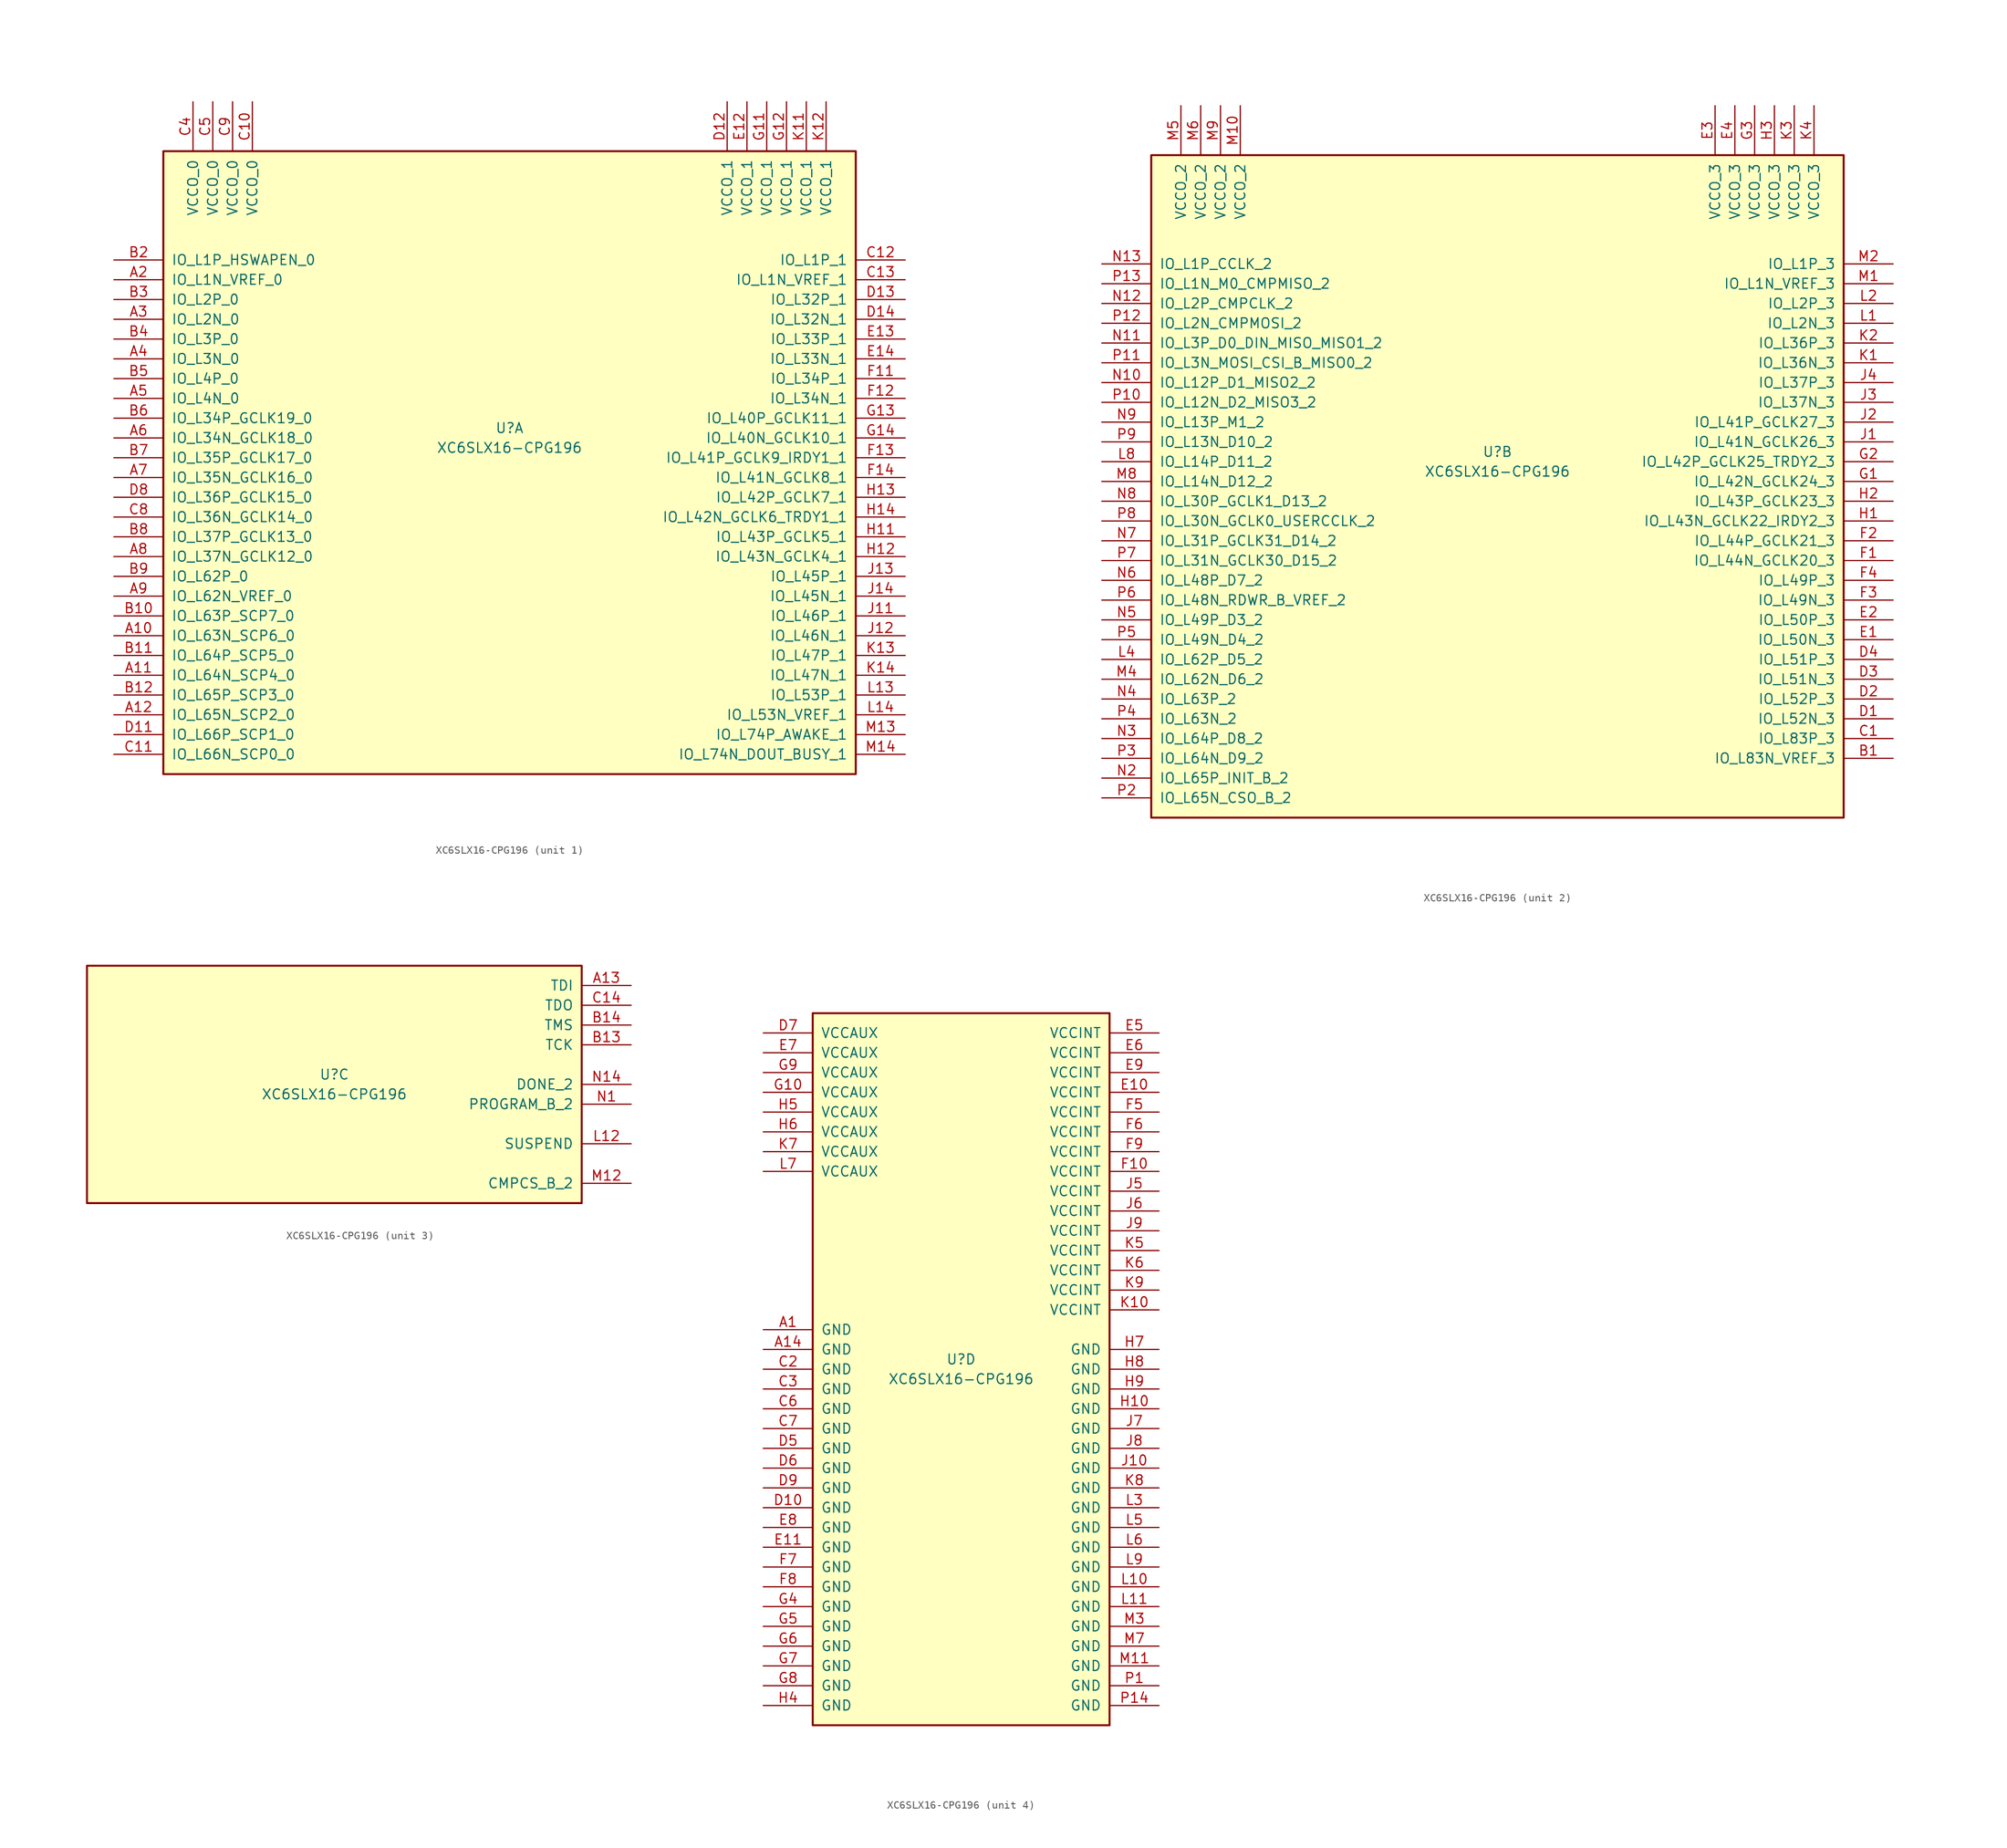
<source format=kicad_sym>
(kicad_symbol_lib
  (version 20211014)
  (generator kicad_symbol_editor)
  (symbol "XC6SLX16-CPG196"
    (pin_names
      (offset 1.016))
    (property "Reference" "U"
      (at 0 1.27 0)
      (effects (font (size 1.27 1.27))))
    (property "Value" "XC6SLX16-CPG196"
      (at 0 -1.27 0)
      (effects (font (size 1.27 1.27))))
    (property "Datasheet" ""
      (at 0 0 0)
      (effects (font (size 1.27 1.27))))
    (property "ki_locked" ""
      (at 0 0 0)
      (effects (font (size 1.27 1.27))))
    (symbol "XC6SLX16-CPG196_1_1"
      (rectangle (start -44.45 36.83) (end 44.45 -43.18) (stroke (width 0.254) (type default) (color 0 0 0 0)) (fill (type background)))
      (pin bidirectional line (at -50.8 -25.4 0) (length 6.35) (name "IO_L63N_SCP6_0" (effects (font (size 1.27 1.27)))) (number "A10" (effects (font (size 1.27 1.27)))))
      (pin bidirectional line (at -50.8 -30.48 0) (length 6.35) (name "IO_L64N_SCP4_0" (effects (font (size 1.27 1.27)))) (number "A11" (effects (font (size 1.27 1.27)))))
      (pin bidirectional line (at -50.8 -35.56 0) (length 6.35) (name "IO_L65N_SCP2_0" (effects (font (size 1.27 1.27)))) (number "A12" (effects (font (size 1.27 1.27)))))
      (pin bidirectional line (at -50.8 20.32 0) (length 6.35) (name "IO_L1N_VREF_0" (effects (font (size 1.27 1.27)))) (number "A2" (effects (font (size 1.27 1.27)))))
      (pin bidirectional line (at -50.8 15.24 0) (length 6.35) (name "IO_L2N_0" (effects (font (size 1.27 1.27)))) (number "A3" (effects (font (size 1.27 1.27)))))
      (pin bidirectional line (at -50.8 10.16 0) (length 6.35) (name "IO_L3N_0" (effects (font (size 1.27 1.27)))) (number "A4" (effects (font (size 1.27 1.27)))))
      (pin bidirectional line (at -50.8 5.08 0) (length 6.35) (name "IO_L4N_0" (effects (font (size 1.27 1.27)))) (number "A5" (effects (font (size 1.27 1.27)))))
      (pin bidirectional line (at -50.8 0 0) (length 6.35) (name "IO_L34N_GCLK18_0" (effects (font (size 1.27 1.27)))) (number "A6" (effects (font (size 1.27 1.27)))))
      (pin bidirectional line (at -50.8 -5.08 0) (length 6.35) (name "IO_L35N_GCLK16_0" (effects (font (size 1.27 1.27)))) (number "A7" (effects (font (size 1.27 1.27)))))
      (pin bidirectional line (at -50.8 -15.24 0) (length 6.35) (name "IO_L37N_GCLK12_0" (effects (font (size 1.27 1.27)))) (number "A8" (effects (font (size 1.27 1.27)))))
      (pin bidirectional line (at -50.8 -20.32 0) (length 6.35) (name "IO_L62N_VREF_0" (effects (font (size 1.27 1.27)))) (number "A9" (effects (font (size 1.27 1.27)))))
      (pin bidirectional line (at -50.8 -22.86 0) (length 6.35) (name "IO_L63P_SCP7_0" (effects (font (size 1.27 1.27)))) (number "B10" (effects (font (size 1.27 1.27)))))
      (pin bidirectional line (at -50.8 -27.94 0) (length 6.35) (name "IO_L64P_SCP5_0" (effects (font (size 1.27 1.27)))) (number "B11" (effects (font (size 1.27 1.27)))))
      (pin bidirectional line (at -50.8 -33.02 0) (length 6.35) (name "IO_L65P_SCP3_0" (effects (font (size 1.27 1.27)))) (number "B12" (effects (font (size 1.27 1.27)))))
      (pin bidirectional line (at -50.8 22.86 0) (length 6.35) (name "IO_L1P_HSWAPEN_0" (effects (font (size 1.27 1.27)))) (number "B2" (effects (font (size 1.27 1.27)))))
      (pin bidirectional line (at -50.8 17.78 0) (length 6.35) (name "IO_L2P_0" (effects (font (size 1.27 1.27)))) (number "B3" (effects (font (size 1.27 1.27)))))
      (pin bidirectional line (at -50.8 12.7 0) (length 6.35) (name "IO_L3P_0" (effects (font (size 1.27 1.27)))) (number "B4" (effects (font (size 1.27 1.27)))))
      (pin bidirectional line (at -50.8 7.62 0) (length 6.35) (name "IO_L4P_0" (effects (font (size 1.27 1.27)))) (number "B5" (effects (font (size 1.27 1.27)))))
      (pin bidirectional line (at -50.8 2.54 0) (length 6.35) (name "IO_L34P_GCLK19_0" (effects (font (size 1.27 1.27)))) (number "B6" (effects (font (size 1.27 1.27)))))
      (pin bidirectional line (at -50.8 -2.54 0) (length 6.35) (name "IO_L35P_GCLK17_0" (effects (font (size 1.27 1.27)))) (number "B7" (effects (font (size 1.27 1.27)))))
      (pin bidirectional line (at -50.8 -12.7 0) (length 6.35) (name "IO_L37P_GCLK13_0" (effects (font (size 1.27 1.27)))) (number "B8" (effects (font (size 1.27 1.27)))))
      (pin bidirectional line (at -50.8 -17.78 0) (length 6.35) (name "IO_L62P_0" (effects (font (size 1.27 1.27)))) (number "B9" (effects (font (size 1.27 1.27)))))
      (pin power_in line (at -33.02 43.18 270) (length 6.35) (name "VCCO_0" (effects (font (size 1.27 1.27)))) (number "C10" (effects (font (size 1.27 1.27)))))
      (pin bidirectional line (at -50.8 -40.64 0) (length 6.35) (name "IO_L66N_SCP0_0" (effects (font (size 1.27 1.27)))) (number "C11" (effects (font (size 1.27 1.27)))))
      (pin bidirectional line (at 50.8 22.86 180) (length 6.35) (name "IO_L1P_1" (effects (font (size 1.27 1.27)))) (number "C12" (effects (font (size 1.27 1.27)))))
      (pin bidirectional line (at 50.8 20.32 180) (length 6.35) (name "IO_L1N_VREF_1" (effects (font (size 1.27 1.27)))) (number "C13" (effects (font (size 1.27 1.27)))))
      (pin power_in line (at -40.64 43.18 270) (length 6.35) (name "VCCO_0" (effects (font (size 1.27 1.27)))) (number "C4" (effects (font (size 1.27 1.27)))))
      (pin power_in line (at -38.1 43.18 270) (length 6.35) (name "VCCO_0" (effects (font (size 1.27 1.27)))) (number "C5" (effects (font (size 1.27 1.27)))))
      (pin bidirectional line (at -50.8 -10.16 0) (length 6.35) (name "IO_L36N_GCLK14_0" (effects (font (size 1.27 1.27)))) (number "C8" (effects (font (size 1.27 1.27)))))
      (pin power_in line (at -35.56 43.18 270) (length 6.35) (name "VCCO_0" (effects (font (size 1.27 1.27)))) (number "C9" (effects (font (size 1.27 1.27)))))
      (pin bidirectional line (at -50.8 -38.1 0) (length 6.35) (name "IO_L66P_SCP1_0" (effects (font (size 1.27 1.27)))) (number "D11" (effects (font (size 1.27 1.27)))))
      (pin power_in line (at 27.94 43.18 270) (length 6.35) (name "VCCO_1" (effects (font (size 1.27 1.27)))) (number "D12" (effects (font (size 1.27 1.27)))))
      (pin bidirectional line (at 50.8 17.78 180) (length 6.35) (name "IO_L32P_1" (effects (font (size 1.27 1.27)))) (number "D13" (effects (font (size 1.27 1.27)))))
      (pin bidirectional line (at 50.8 15.24 180) (length 6.35) (name "IO_L32N_1" (effects (font (size 1.27 1.27)))) (number "D14" (effects (font (size 1.27 1.27)))))
      (pin bidirectional line (at -50.8 -7.62 0) (length 6.35) (name "IO_L36P_GCLK15_0" (effects (font (size 1.27 1.27)))) (number "D8" (effects (font (size 1.27 1.27)))))
      (pin power_in line (at 30.48 43.18 270) (length 6.35) (name "VCCO_1" (effects (font (size 1.27 1.27)))) (number "E12" (effects (font (size 1.27 1.27)))))
      (pin bidirectional line (at 50.8 12.7 180) (length 6.35) (name "IO_L33P_1" (effects (font (size 1.27 1.27)))) (number "E13" (effects (font (size 1.27 1.27)))))
      (pin bidirectional line (at 50.8 10.16 180) (length 6.35) (name "IO_L33N_1" (effects (font (size 1.27 1.27)))) (number "E14" (effects (font (size 1.27 1.27)))))
      (pin bidirectional line (at 50.8 7.62 180) (length 6.35) (name "IO_L34P_1" (effects (font (size 1.27 1.27)))) (number "F11" (effects (font (size 1.27 1.27)))))
      (pin bidirectional line (at 50.8 5.08 180) (length 6.35) (name "IO_L34N_1" (effects (font (size 1.27 1.27)))) (number "F12" (effects (font (size 1.27 1.27)))))
      (pin bidirectional line (at 50.8 -2.54 180) (length 6.35) (name "IO_L41P_GCLK9_IRDY1_1" (effects (font (size 1.27 1.27)))) (number "F13" (effects (font (size 1.27 1.27)))))
      (pin bidirectional line (at 50.8 -5.08 180) (length 6.35) (name "IO_L41N_GCLK8_1" (effects (font (size 1.27 1.27)))) (number "F14" (effects (font (size 1.27 1.27)))))
      (pin power_in line (at 33.02 43.18 270) (length 6.35) (name "VCCO_1" (effects (font (size 1.27 1.27)))) (number "G11" (effects (font (size 1.27 1.27)))))
      (pin power_in line (at 35.56 43.18 270) (length 6.35) (name "VCCO_1" (effects (font (size 1.27 1.27)))) (number "G12" (effects (font (size 1.27 1.27)))))
      (pin bidirectional line (at 50.8 2.54 180) (length 6.35) (name "IO_L40P_GCLK11_1" (effects (font (size 1.27 1.27)))) (number "G13" (effects (font (size 1.27 1.27)))))
      (pin bidirectional line (at 50.8 0 180) (length 6.35) (name "IO_L40N_GCLK10_1" (effects (font (size 1.27 1.27)))) (number "G14" (effects (font (size 1.27 1.27)))))
      (pin bidirectional line (at 50.8 -12.7 180) (length 6.35) (name "IO_L43P_GCLK5_1" (effects (font (size 1.27 1.27)))) (number "H11" (effects (font (size 1.27 1.27)))))
      (pin bidirectional line (at 50.8 -15.24 180) (length 6.35) (name "IO_L43N_GCLK4_1" (effects (font (size 1.27 1.27)))) (number "H12" (effects (font (size 1.27 1.27)))))
      (pin bidirectional line (at 50.8 -7.62 180) (length 6.35) (name "IO_L42P_GCLK7_1" (effects (font (size 1.27 1.27)))) (number "H13" (effects (font (size 1.27 1.27)))))
      (pin bidirectional line (at 50.8 -10.16 180) (length 6.35) (name "IO_L42N_GCLK6_TRDY1_1" (effects (font (size 1.27 1.27)))) (number "H14" (effects (font (size 1.27 1.27)))))
      (pin bidirectional line (at 50.8 -22.86 180) (length 6.35) (name "IO_L46P_1" (effects (font (size 1.27 1.27)))) (number "J11" (effects (font (size 1.27 1.27)))))
      (pin bidirectional line (at 50.8 -25.4 180) (length 6.35) (name "IO_L46N_1" (effects (font (size 1.27 1.27)))) (number "J12" (effects (font (size 1.27 1.27)))))
      (pin bidirectional line (at 50.8 -17.78 180) (length 6.35) (name "IO_L45P_1" (effects (font (size 1.27 1.27)))) (number "J13" (effects (font (size 1.27 1.27)))))
      (pin bidirectional line (at 50.8 -20.32 180) (length 6.35) (name "IO_L45N_1" (effects (font (size 1.27 1.27)))) (number "J14" (effects (font (size 1.27 1.27)))))
      (pin power_in line (at 38.1 43.18 270) (length 6.35) (name "VCCO_1" (effects (font (size 1.27 1.27)))) (number "K11" (effects (font (size 1.27 1.27)))))
      (pin power_in line (at 40.64 43.18 270) (length 6.35) (name "VCCO_1" (effects (font (size 1.27 1.27)))) (number "K12" (effects (font (size 1.27 1.27)))))
      (pin bidirectional line (at 50.8 -27.94 180) (length 6.35) (name "IO_L47P_1" (effects (font (size 1.27 1.27)))) (number "K13" (effects (font (size 1.27 1.27)))))
      (pin bidirectional line (at 50.8 -30.48 180) (length 6.35) (name "IO_L47N_1" (effects (font (size 1.27 1.27)))) (number "K14" (effects (font (size 1.27 1.27)))))
      (pin bidirectional line (at 50.8 -33.02 180) (length 6.35) (name "IO_L53P_1" (effects (font (size 1.27 1.27)))) (number "L13" (effects (font (size 1.27 1.27)))))
      (pin bidirectional line (at 50.8 -35.56 180) (length 6.35) (name "IO_L53N_VREF_1" (effects (font (size 1.27 1.27)))) (number "L14" (effects (font (size 1.27 1.27)))))
      (pin bidirectional line (at 50.8 -38.1 180) (length 6.35) (name "IO_L74P_AWAKE_1" (effects (font (size 1.27 1.27)))) (number "M13" (effects (font (size 1.27 1.27)))))
      (pin bidirectional line (at 50.8 -40.64 180) (length 6.35) (name "IO_L74N_DOUT_BUSY_1" (effects (font (size 1.27 1.27)))) (number "M14" (effects (font (size 1.27 1.27))))))
    (symbol "XC6SLX16-CPG196_2_1"
      (rectangle (start -44.45 39.37) (end 44.45 -45.72) (stroke (width 0.254) (type default) (color 0 0 0 0)) (fill (type background)))
      (pin bidirectional line (at 50.8 -38.1 180) (length 6.35) (name "IO_L83N_VREF_3" (effects (font (size 1.27 1.27)))) (number "B1" (effects (font (size 1.27 1.27)))))
      (pin bidirectional line (at 50.8 -35.56 180) (length 6.35) (name "IO_L83P_3" (effects (font (size 1.27 1.27)))) (number "C1" (effects (font (size 1.27 1.27)))))
      (pin bidirectional line (at 50.8 -33.02 180) (length 6.35) (name "IO_L52N_3" (effects (font (size 1.27 1.27)))) (number "D1" (effects (font (size 1.27 1.27)))))
      (pin bidirectional line (at 50.8 -30.48 180) (length 6.35) (name "IO_L52P_3" (effects (font (size 1.27 1.27)))) (number "D2" (effects (font (size 1.27 1.27)))))
      (pin bidirectional line (at 50.8 -27.94 180) (length 6.35) (name "IO_L51N_3" (effects (font (size 1.27 1.27)))) (number "D3" (effects (font (size 1.27 1.27)))))
      (pin bidirectional line (at 50.8 -25.4 180) (length 6.35) (name "IO_L51P_3" (effects (font (size 1.27 1.27)))) (number "D4" (effects (font (size 1.27 1.27)))))
      (pin bidirectional line (at 50.8 -22.86 180) (length 6.35) (name "IO_L50N_3" (effects (font (size 1.27 1.27)))) (number "E1" (effects (font (size 1.27 1.27)))))
      (pin bidirectional line (at 50.8 -20.32 180) (length 6.35) (name "IO_L50P_3" (effects (font (size 1.27 1.27)))) (number "E2" (effects (font (size 1.27 1.27)))))
      (pin power_in line (at 27.94 45.72 270) (length 6.35) (name "VCCO_3" (effects (font (size 1.27 1.27)))) (number "E3" (effects (font (size 1.27 1.27)))))
      (pin power_in line (at 30.48 45.72 270) (length 6.35) (name "VCCO_3" (effects (font (size 1.27 1.27)))) (number "E4" (effects (font (size 1.27 1.27)))))
      (pin bidirectional line (at 50.8 -12.7 180) (length 6.35) (name "IO_L44N_GCLK20_3" (effects (font (size 1.27 1.27)))) (number "F1" (effects (font (size 1.27 1.27)))))
      (pin bidirectional line (at 50.8 -10.16 180) (length 6.35) (name "IO_L44P_GCLK21_3" (effects (font (size 1.27 1.27)))) (number "F2" (effects (font (size 1.27 1.27)))))
      (pin bidirectional line (at 50.8 -17.78 180) (length 6.35) (name "IO_L49N_3" (effects (font (size 1.27 1.27)))) (number "F3" (effects (font (size 1.27 1.27)))))
      (pin bidirectional line (at 50.8 -15.24 180) (length 6.35) (name "IO_L49P_3" (effects (font (size 1.27 1.27)))) (number "F4" (effects (font (size 1.27 1.27)))))
      (pin bidirectional line (at 50.8 -2.54 180) (length 6.35) (name "IO_L42N_GCLK24_3" (effects (font (size 1.27 1.27)))) (number "G1" (effects (font (size 1.27 1.27)))))
      (pin bidirectional line (at 50.8 0 180) (length 6.35) (name "IO_L42P_GCLK25_TRDY2_3" (effects (font (size 1.27 1.27)))) (number "G2" (effects (font (size 1.27 1.27)))))
      (pin power_in line (at 33.02 45.72 270) (length 6.35) (name "VCCO_3" (effects (font (size 1.27 1.27)))) (number "G3" (effects (font (size 1.27 1.27)))))
      (pin bidirectional line (at 50.8 -7.62 180) (length 6.35) (name "IO_L43N_GCLK22_IRDY2_3" (effects (font (size 1.27 1.27)))) (number "H1" (effects (font (size 1.27 1.27)))))
      (pin bidirectional line (at 50.8 -5.08 180) (length 6.35) (name "IO_L43P_GCLK23_3" (effects (font (size 1.27 1.27)))) (number "H2" (effects (font (size 1.27 1.27)))))
      (pin power_in line (at 35.56 45.72 270) (length 6.35) (name "VCCO_3" (effects (font (size 1.27 1.27)))) (number "H3" (effects (font (size 1.27 1.27)))))
      (pin bidirectional line (at 50.8 2.54 180) (length 6.35) (name "IO_L41N_GCLK26_3" (effects (font (size 1.27 1.27)))) (number "J1" (effects (font (size 1.27 1.27)))))
      (pin bidirectional line (at 50.8 5.08 180) (length 6.35) (name "IO_L41P_GCLK27_3" (effects (font (size 1.27 1.27)))) (number "J2" (effects (font (size 1.27 1.27)))))
      (pin bidirectional line (at 50.8 7.62 180) (length 6.35) (name "IO_L37N_3" (effects (font (size 1.27 1.27)))) (number "J3" (effects (font (size 1.27 1.27)))))
      (pin bidirectional line (at 50.8 10.16 180) (length 6.35) (name "IO_L37P_3" (effects (font (size 1.27 1.27)))) (number "J4" (effects (font (size 1.27 1.27)))))
      (pin bidirectional line (at 50.8 12.7 180) (length 6.35) (name "IO_L36N_3" (effects (font (size 1.27 1.27)))) (number "K1" (effects (font (size 1.27 1.27)))))
      (pin bidirectional line (at 50.8 15.24 180) (length 6.35) (name "IO_L36P_3" (effects (font (size 1.27 1.27)))) (number "K2" (effects (font (size 1.27 1.27)))))
      (pin power_in line (at 38.1 45.72 270) (length 6.35) (name "VCCO_3" (effects (font (size 1.27 1.27)))) (number "K3" (effects (font (size 1.27 1.27)))))
      (pin power_in line (at 40.64 45.72 270) (length 6.35) (name "VCCO_3" (effects (font (size 1.27 1.27)))) (number "K4" (effects (font (size 1.27 1.27)))))
      (pin bidirectional line (at 50.8 17.78 180) (length 6.35) (name "IO_L2N_3" (effects (font (size 1.27 1.27)))) (number "L1" (effects (font (size 1.27 1.27)))))
      (pin bidirectional line (at 50.8 20.32 180) (length 6.35) (name "IO_L2P_3" (effects (font (size 1.27 1.27)))) (number "L2" (effects (font (size 1.27 1.27)))))
      (pin bidirectional line (at -50.8 -25.4 0) (length 6.35) (name "IO_L62P_D5_2" (effects (font (size 1.27 1.27)))) (number "L4" (effects (font (size 1.27 1.27)))))
      (pin bidirectional line (at -50.8 0 0) (length 6.35) (name "IO_L14P_D11_2" (effects (font (size 1.27 1.27)))) (number "L8" (effects (font (size 1.27 1.27)))))
      (pin bidirectional line (at 50.8 22.86 180) (length 6.35) (name "IO_L1N_VREF_3" (effects (font (size 1.27 1.27)))) (number "M1" (effects (font (size 1.27 1.27)))))
      (pin power_in line (at -33.02 45.72 270) (length 6.35) (name "VCCO_2" (effects (font (size 1.27 1.27)))) (number "M10" (effects (font (size 1.27 1.27)))))
      (pin bidirectional line (at 50.8 25.4 180) (length 6.35) (name "IO_L1P_3" (effects (font (size 1.27 1.27)))) (number "M2" (effects (font (size 1.27 1.27)))))
      (pin bidirectional line (at -50.8 -27.94 0) (length 6.35) (name "IO_L62N_D6_2" (effects (font (size 1.27 1.27)))) (number "M4" (effects (font (size 1.27 1.27)))))
      (pin power_in line (at -40.64 45.72 270) (length 6.35) (name "VCCO_2" (effects (font (size 1.27 1.27)))) (number "M5" (effects (font (size 1.27 1.27)))))
      (pin power_in line (at -38.1 45.72 270) (length 6.35) (name "VCCO_2" (effects (font (size 1.27 1.27)))) (number "M6" (effects (font (size 1.27 1.27)))))
      (pin bidirectional line (at -50.8 -2.54 0) (length 6.35) (name "IO_L14N_D12_2" (effects (font (size 1.27 1.27)))) (number "M8" (effects (font (size 1.27 1.27)))))
      (pin power_in line (at -35.56 45.72 270) (length 6.35) (name "VCCO_2" (effects (font (size 1.27 1.27)))) (number "M9" (effects (font (size 1.27 1.27)))))
      (pin bidirectional line (at -50.8 10.16 0) (length 6.35) (name "IO_L12P_D1_MISO2_2" (effects (font (size 1.27 1.27)))) (number "N10" (effects (font (size 1.27 1.27)))))
      (pin bidirectional line (at -50.8 15.24 0) (length 6.35) (name "IO_L3P_D0_DIN_MISO_MISO1_2" (effects (font (size 1.27 1.27)))) (number "N11" (effects (font (size 1.27 1.27)))))
      (pin bidirectional line (at -50.8 20.32 0) (length 6.35) (name "IO_L2P_CMPCLK_2" (effects (font (size 1.27 1.27)))) (number "N12" (effects (font (size 1.27 1.27)))))
      (pin bidirectional line (at -50.8 25.4 0) (length 6.35) (name "IO_L1P_CCLK_2" (effects (font (size 1.27 1.27)))) (number "N13" (effects (font (size 1.27 1.27)))))
      (pin bidirectional line (at -50.8 -40.64 0) (length 6.35) (name "IO_L65P_INIT_B_2" (effects (font (size 1.27 1.27)))) (number "N2" (effects (font (size 1.27 1.27)))))
      (pin bidirectional line (at -50.8 -35.56 0) (length 6.35) (name "IO_L64P_D8_2" (effects (font (size 1.27 1.27)))) (number "N3" (effects (font (size 1.27 1.27)))))
      (pin bidirectional line (at -50.8 -30.48 0) (length 6.35) (name "IO_L63P_2" (effects (font (size 1.27 1.27)))) (number "N4" (effects (font (size 1.27 1.27)))))
      (pin bidirectional line (at -50.8 -20.32 0) (length 6.35) (name "IO_L49P_D3_2" (effects (font (size 1.27 1.27)))) (number "N5" (effects (font (size 1.27 1.27)))))
      (pin bidirectional line (at -50.8 -15.24 0) (length 6.35) (name "IO_L48P_D7_2" (effects (font (size 1.27 1.27)))) (number "N6" (effects (font (size 1.27 1.27)))))
      (pin bidirectional line (at -50.8 -10.16 0) (length 6.35) (name "IO_L31P_GCLK31_D14_2" (effects (font (size 1.27 1.27)))) (number "N7" (effects (font (size 1.27 1.27)))))
      (pin bidirectional line (at -50.8 -5.08 0) (length 6.35) (name "IO_L30P_GCLK1_D13_2" (effects (font (size 1.27 1.27)))) (number "N8" (effects (font (size 1.27 1.27)))))
      (pin bidirectional line (at -50.8 5.08 0) (length 6.35) (name "IO_L13P_M1_2" (effects (font (size 1.27 1.27)))) (number "N9" (effects (font (size 1.27 1.27)))))
      (pin bidirectional line (at -50.8 7.62 0) (length 6.35) (name "IO_L12N_D2_MISO3_2" (effects (font (size 1.27 1.27)))) (number "P10" (effects (font (size 1.27 1.27)))))
      (pin bidirectional line (at -50.8 12.7 0) (length 6.35) (name "IO_L3N_MOSI_CSI_B_MISO0_2" (effects (font (size 1.27 1.27)))) (number "P11" (effects (font (size 1.27 1.27)))))
      (pin bidirectional line (at -50.8 17.78 0) (length 6.35) (name "IO_L2N_CMPMOSI_2" (effects (font (size 1.27 1.27)))) (number "P12" (effects (font (size 1.27 1.27)))))
      (pin bidirectional line (at -50.8 22.86 0) (length 6.35) (name "IO_L1N_M0_CMPMISO_2" (effects (font (size 1.27 1.27)))) (number "P13" (effects (font (size 1.27 1.27)))))
      (pin bidirectional line (at -50.8 -43.18 0) (length 6.35) (name "IO_L65N_CSO_B_2" (effects (font (size 1.27 1.27)))) (number "P2" (effects (font (size 1.27 1.27)))))
      (pin bidirectional line (at -50.8 -38.1 0) (length 6.35) (name "IO_L64N_D9_2" (effects (font (size 1.27 1.27)))) (number "P3" (effects (font (size 1.27 1.27)))))
      (pin bidirectional line (at -50.8 -33.02 0) (length 6.35) (name "IO_L63N_2" (effects (font (size 1.27 1.27)))) (number "P4" (effects (font (size 1.27 1.27)))))
      (pin bidirectional line (at -50.8 -22.86 0) (length 6.35) (name "IO_L49N_D4_2" (effects (font (size 1.27 1.27)))) (number "P5" (effects (font (size 1.27 1.27)))))
      (pin bidirectional line (at -50.8 -17.78 0) (length 6.35) (name "IO_L48N_RDWR_B_VREF_2" (effects (font (size 1.27 1.27)))) (number "P6" (effects (font (size 1.27 1.27)))))
      (pin bidirectional line (at -50.8 -12.7 0) (length 6.35) (name "IO_L31N_GCLK30_D15_2" (effects (font (size 1.27 1.27)))) (number "P7" (effects (font (size 1.27 1.27)))))
      (pin bidirectional line (at -50.8 -7.62 0) (length 6.35) (name "IO_L30N_GCLK0_USERCCLK_2" (effects (font (size 1.27 1.27)))) (number "P8" (effects (font (size 1.27 1.27)))))
      (pin bidirectional line (at -50.8 2.54 0) (length 6.35) (name "IO_L13N_D10_2" (effects (font (size 1.27 1.27)))) (number "P9" (effects (font (size 1.27 1.27))))))
    (symbol "XC6SLX16-CPG196_3_1"
      (rectangle (start -31.75 15.24) (end 31.75 -15.24) (stroke (width 0.254) (type default) (color 0 0 0 0)) (fill (type background)))
      (pin bidirectional line (at 38.1 12.7 180) (length 6.35) (name "TDI" (effects (font (size 1.27 1.27)))) (number "A13" (effects (font (size 1.27 1.27)))))
      (pin bidirectional line (at 38.1 5.08 180) (length 6.35) (name "TCK" (effects (font (size 1.27 1.27)))) (number "B13" (effects (font (size 1.27 1.27)))))
      (pin bidirectional line (at 38.1 7.62 180) (length 6.35) (name "TMS" (effects (font (size 1.27 1.27)))) (number "B14" (effects (font (size 1.27 1.27)))))
      (pin bidirectional line (at 38.1 10.16 180) (length 6.35) (name "TDO" (effects (font (size 1.27 1.27)))) (number "C14" (effects (font (size 1.27 1.27)))))
      (pin bidirectional line (at 38.1 -7.62 180) (length 6.35) (name "SUSPEND" (effects (font (size 1.27 1.27)))) (number "L12" (effects (font (size 1.27 1.27)))))
      (pin bidirectional line (at 38.1 -12.7 180) (length 6.35) (name "CMPCS_B_2" (effects (font (size 1.27 1.27)))) (number "M12" (effects (font (size 1.27 1.27)))))
      (pin bidirectional line (at 38.1 -2.54 180) (length 6.35) (name "PROGRAM_B_2" (effects (font (size 1.27 1.27)))) (number "N1" (effects (font (size 1.27 1.27)))))
      (pin bidirectional line (at 38.1 0 180) (length 6.35) (name "DONE_2" (effects (font (size 1.27 1.27)))) (number "N14" (effects (font (size 1.27 1.27))))))
    (symbol "XC6SLX16-CPG196_4_1"
      (rectangle (start -19.05 45.72) (end 19.05 -45.72) (stroke (width 0.254) (type default) (color 0 0 0 0)) (fill (type background)))
      (pin power_in line (at -25.4 5.08 0) (length 6.35) (name "GND" (effects (font (size 1.27 1.27)))) (number "A1" (effects (font (size 1.27 1.27)))))
      (pin power_in line (at -25.4 2.54 0) (length 6.35) (name "GND" (effects (font (size 1.27 1.27)))) (number "A14" (effects (font (size 1.27 1.27)))))
      (pin power_in line (at -25.4 0 0) (length 6.35) (name "GND" (effects (font (size 1.27 1.27)))) (number "C2" (effects (font (size 1.27 1.27)))))
      (pin power_in line (at -25.4 -2.54 0) (length 6.35) (name "GND" (effects (font (size 1.27 1.27)))) (number "C3" (effects (font (size 1.27 1.27)))))
      (pin power_in line (at -25.4 -5.08 0) (length 6.35) (name "GND" (effects (font (size 1.27 1.27)))) (number "C6" (effects (font (size 1.27 1.27)))))
      (pin power_in line (at -25.4 -7.62 0) (length 6.35) (name "GND" (effects (font (size 1.27 1.27)))) (number "C7" (effects (font (size 1.27 1.27)))))
      (pin power_in line (at -25.4 -17.78 0) (length 6.35) (name "GND" (effects (font (size 1.27 1.27)))) (number "D10" (effects (font (size 1.27 1.27)))))
      (pin power_in line (at -25.4 -10.16 0) (length 6.35) (name "GND" (effects (font (size 1.27 1.27)))) (number "D5" (effects (font (size 1.27 1.27)))))
      (pin power_in line (at -25.4 -12.7 0) (length 6.35) (name "GND" (effects (font (size 1.27 1.27)))) (number "D6" (effects (font (size 1.27 1.27)))))
      (pin power_in line (at -25.4 43.18 0) (length 6.35) (name "VCCAUX" (effects (font (size 1.27 1.27)))) (number "D7" (effects (font (size 1.27 1.27)))))
      (pin power_in line (at -25.4 -15.24 0) (length 6.35) (name "GND" (effects (font (size 1.27 1.27)))) (number "D9" (effects (font (size 1.27 1.27)))))
      (pin power_in line (at 25.4 35.56 180) (length 6.35) (name "VCCINT" (effects (font (size 1.27 1.27)))) (number "E10" (effects (font (size 1.27 1.27)))))
      (pin power_in line (at -25.4 -22.86 0) (length 6.35) (name "GND" (effects (font (size 1.27 1.27)))) (number "E11" (effects (font (size 1.27 1.27)))))
      (pin power_in line (at 25.4 43.18 180) (length 6.35) (name "VCCINT" (effects (font (size 1.27 1.27)))) (number "E5" (effects (font (size 1.27 1.27)))))
      (pin power_in line (at 25.4 40.64 180) (length 6.35) (name "VCCINT" (effects (font (size 1.27 1.27)))) (number "E6" (effects (font (size 1.27 1.27)))))
      (pin power_in line (at -25.4 40.64 0) (length 6.35) (name "VCCAUX" (effects (font (size 1.27 1.27)))) (number "E7" (effects (font (size 1.27 1.27)))))
      (pin power_in line (at -25.4 -20.32 0) (length 6.35) (name "GND" (effects (font (size 1.27 1.27)))) (number "E8" (effects (font (size 1.27 1.27)))))
      (pin power_in line (at 25.4 38.1 180) (length 6.35) (name "VCCINT" (effects (font (size 1.27 1.27)))) (number "E9" (effects (font (size 1.27 1.27)))))
      (pin power_in line (at 25.4 25.4 180) (length 6.35) (name "VCCINT" (effects (font (size 1.27 1.27)))) (number "F10" (effects (font (size 1.27 1.27)))))
      (pin power_in line (at 25.4 33.02 180) (length 6.35) (name "VCCINT" (effects (font (size 1.27 1.27)))) (number "F5" (effects (font (size 1.27 1.27)))))
      (pin power_in line (at 25.4 30.48 180) (length 6.35) (name "VCCINT" (effects (font (size 1.27 1.27)))) (number "F6" (effects (font (size 1.27 1.27)))))
      (pin power_in line (at -25.4 -25.4 0) (length 6.35) (name "GND" (effects (font (size 1.27 1.27)))) (number "F7" (effects (font (size 1.27 1.27)))))
      (pin power_in line (at -25.4 -27.94 0) (length 6.35) (name "GND" (effects (font (size 1.27 1.27)))) (number "F8" (effects (font (size 1.27 1.27)))))
      (pin power_in line (at 25.4 27.94 180) (length 6.35) (name "VCCINT" (effects (font (size 1.27 1.27)))) (number "F9" (effects (font (size 1.27 1.27)))))
      (pin power_in line (at -25.4 35.56 0) (length 6.35) (name "VCCAUX" (effects (font (size 1.27 1.27)))) (number "G10" (effects (font (size 1.27 1.27)))))
      (pin power_in line (at -25.4 -30.48 0) (length 6.35) (name "GND" (effects (font (size 1.27 1.27)))) (number "G4" (effects (font (size 1.27 1.27)))))
      (pin power_in line (at -25.4 -33.02 0) (length 6.35) (name "GND" (effects (font (size 1.27 1.27)))) (number "G5" (effects (font (size 1.27 1.27)))))
      (pin power_in line (at -25.4 -35.56 0) (length 6.35) (name "GND" (effects (font (size 1.27 1.27)))) (number "G6" (effects (font (size 1.27 1.27)))))
      (pin power_in line (at -25.4 -38.1 0) (length 6.35) (name "GND" (effects (font (size 1.27 1.27)))) (number "G7" (effects (font (size 1.27 1.27)))))
      (pin power_in line (at -25.4 -40.64 0) (length 6.35) (name "GND" (effects (font (size 1.27 1.27)))) (number "G8" (effects (font (size 1.27 1.27)))))
      (pin power_in line (at -25.4 38.1 0) (length 6.35) (name "VCCAUX" (effects (font (size 1.27 1.27)))) (number "G9" (effects (font (size 1.27 1.27)))))
      (pin power_in line (at 25.4 -5.08 180) (length 6.35) (name "GND" (effects (font (size 1.27 1.27)))) (number "H10" (effects (font (size 1.27 1.27)))))
      (pin power_in line (at -25.4 -43.18 0) (length 6.35) (name "GND" (effects (font (size 1.27 1.27)))) (number "H4" (effects (font (size 1.27 1.27)))))
      (pin power_in line (at -25.4 33.02 0) (length 6.35) (name "VCCAUX" (effects (font (size 1.27 1.27)))) (number "H5" (effects (font (size 1.27 1.27)))))
      (pin power_in line (at -25.4 30.48 0) (length 6.35) (name "VCCAUX" (effects (font (size 1.27 1.27)))) (number "H6" (effects (font (size 1.27 1.27)))))
      (pin power_in line (at 25.4 2.54 180) (length 6.35) (name "GND" (effects (font (size 1.27 1.27)))) (number "H7" (effects (font (size 1.27 1.27)))))
      (pin power_in line (at 25.4 0 180) (length 6.35) (name "GND" (effects (font (size 1.27 1.27)))) (number "H8" (effects (font (size 1.27 1.27)))))
      (pin power_in line (at 25.4 -2.54 180) (length 6.35) (name "GND" (effects (font (size 1.27 1.27)))) (number "H9" (effects (font (size 1.27 1.27)))))
      (pin power_in line (at 25.4 -12.7 180) (length 6.35) (name "GND" (effects (font (size 1.27 1.27)))) (number "J10" (effects (font (size 1.27 1.27)))))
      (pin power_in line (at 25.4 22.86 180) (length 6.35) (name "VCCINT" (effects (font (size 1.27 1.27)))) (number "J5" (effects (font (size 1.27 1.27)))))
      (pin power_in line (at 25.4 20.32 180) (length 6.35) (name "VCCINT" (effects (font (size 1.27 1.27)))) (number "J6" (effects (font (size 1.27 1.27)))))
      (pin power_in line (at 25.4 -7.62 180) (length 6.35) (name "GND" (effects (font (size 1.27 1.27)))) (number "J7" (effects (font (size 1.27 1.27)))))
      (pin power_in line (at 25.4 -10.16 180) (length 6.35) (name "GND" (effects (font (size 1.27 1.27)))) (number "J8" (effects (font (size 1.27 1.27)))))
      (pin power_in line (at 25.4 17.78 180) (length 6.35) (name "VCCINT" (effects (font (size 1.27 1.27)))) (number "J9" (effects (font (size 1.27 1.27)))))
      (pin power_in line (at 25.4 7.62 180) (length 6.35) (name "VCCINT" (effects (font (size 1.27 1.27)))) (number "K10" (effects (font (size 1.27 1.27)))))
      (pin power_in line (at 25.4 15.24 180) (length 6.35) (name "VCCINT" (effects (font (size 1.27 1.27)))) (number "K5" (effects (font (size 1.27 1.27)))))
      (pin power_in line (at 25.4 12.7 180) (length 6.35) (name "VCCINT" (effects (font (size 1.27 1.27)))) (number "K6" (effects (font (size 1.27 1.27)))))
      (pin power_in line (at -25.4 27.94 0) (length 6.35) (name "VCCAUX" (effects (font (size 1.27 1.27)))) (number "K7" (effects (font (size 1.27 1.27)))))
      (pin power_in line (at 25.4 -15.24 180) (length 6.35) (name "GND" (effects (font (size 1.27 1.27)))) (number "K8" (effects (font (size 1.27 1.27)))))
      (pin power_in line (at 25.4 10.16 180) (length 6.35) (name "VCCINT" (effects (font (size 1.27 1.27)))) (number "K9" (effects (font (size 1.27 1.27)))))
      (pin power_in line (at 25.4 -27.94 180) (length 6.35) (name "GND" (effects (font (size 1.27 1.27)))) (number "L10" (effects (font (size 1.27 1.27)))))
      (pin power_in line (at 25.4 -30.48 180) (length 6.35) (name "GND" (effects (font (size 1.27 1.27)))) (number "L11" (effects (font (size 1.27 1.27)))))
      (pin power_in line (at 25.4 -17.78 180) (length 6.35) (name "GND" (effects (font (size 1.27 1.27)))) (number "L3" (effects (font (size 1.27 1.27)))))
      (pin power_in line (at 25.4 -20.32 180) (length 6.35) (name "GND" (effects (font (size 1.27 1.27)))) (number "L5" (effects (font (size 1.27 1.27)))))
      (pin power_in line (at 25.4 -22.86 180) (length 6.35) (name "GND" (effects (font (size 1.27 1.27)))) (number "L6" (effects (font (size 1.27 1.27)))))
      (pin power_in line (at -25.4 25.4 0) (length 6.35) (name "VCCAUX" (effects (font (size 1.27 1.27)))) (number "L7" (effects (font (size 1.27 1.27)))))
      (pin power_in line (at 25.4 -25.4 180) (length 6.35) (name "GND" (effects (font (size 1.27 1.27)))) (number "L9" (effects (font (size 1.27 1.27)))))
      (pin power_in line (at 25.4 -38.1 180) (length 6.35) (name "GND" (effects (font (size 1.27 1.27)))) (number "M11" (effects (font (size 1.27 1.27)))))
      (pin power_in line (at 25.4 -33.02 180) (length 6.35) (name "GND" (effects (font (size 1.27 1.27)))) (number "M3" (effects (font (size 1.27 1.27)))))
      (pin power_in line (at 25.4 -35.56 180) (length 6.35) (name "GND" (effects (font (size 1.27 1.27)))) (number "M7" (effects (font (size 1.27 1.27)))))
      (pin power_in line (at 25.4 -40.64 180) (length 6.35) (name "GND" (effects (font (size 1.27 1.27)))) (number "P1" (effects (font (size 1.27 1.27)))))
      (pin power_in line (at 25.4 -43.18 180) (length 6.35) (name "GND" (effects (font (size 1.27 1.27)))) (number "P14" (effects (font (size 1.27 1.27))))))))
</source>
